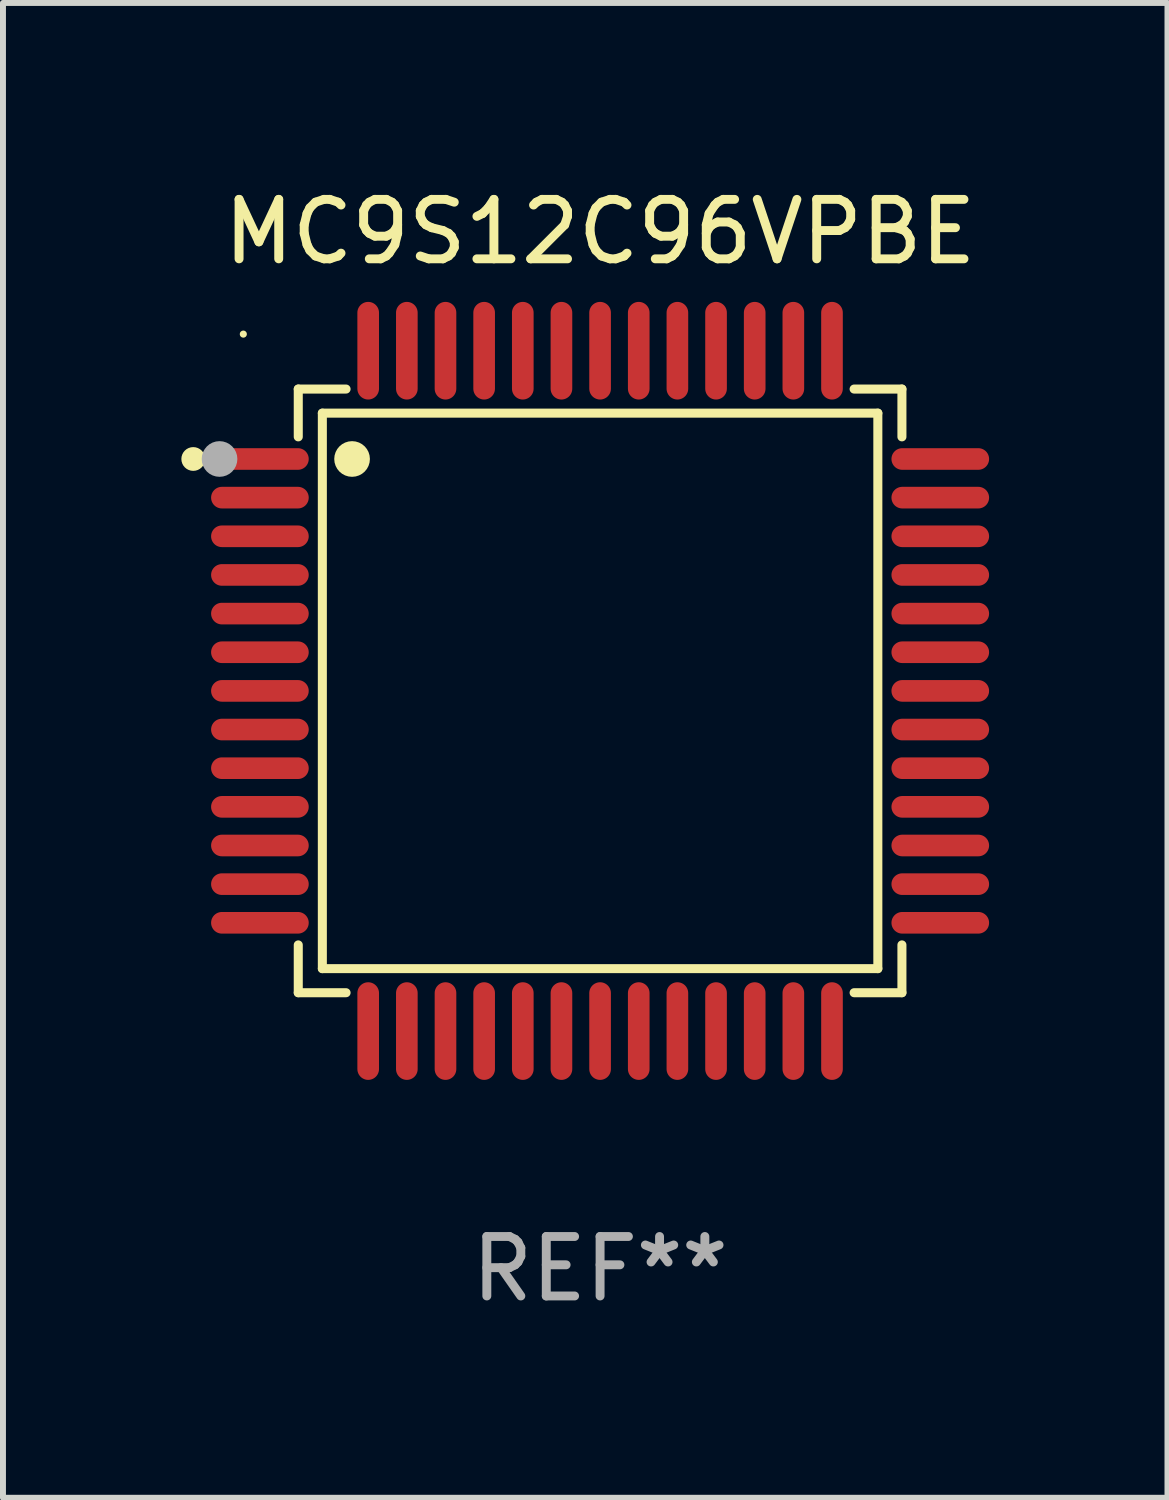
<source format=kicad_pcb>
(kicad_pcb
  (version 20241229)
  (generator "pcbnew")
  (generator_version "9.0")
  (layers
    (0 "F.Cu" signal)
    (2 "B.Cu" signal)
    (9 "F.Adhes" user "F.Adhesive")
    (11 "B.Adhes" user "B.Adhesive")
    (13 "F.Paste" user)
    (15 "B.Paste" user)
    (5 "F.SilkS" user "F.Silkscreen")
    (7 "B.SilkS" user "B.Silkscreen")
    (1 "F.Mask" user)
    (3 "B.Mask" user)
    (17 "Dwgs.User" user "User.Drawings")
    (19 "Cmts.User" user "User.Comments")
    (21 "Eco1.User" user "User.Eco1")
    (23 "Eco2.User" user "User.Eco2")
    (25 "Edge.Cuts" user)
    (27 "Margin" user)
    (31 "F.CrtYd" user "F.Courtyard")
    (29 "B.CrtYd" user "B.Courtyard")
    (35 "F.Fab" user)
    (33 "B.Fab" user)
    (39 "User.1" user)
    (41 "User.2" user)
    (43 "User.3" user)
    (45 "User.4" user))
  (footprint "MC9S12C96VPBE"
    (layer "F.Cu")
    (at 7.042 8.569)
    (property "Reference" "MC9S12C96VPBE" (at 0 -7.721 0) (layer "F.SilkS") (effects (font (size 1 1) (thickness 0.15))))
    (attr through_hole)
    (fp_line (start -5.076 -5.076) (end -5.076 -4.272) (stroke (width 0.152) (type solid)) (layer "F.SilkS"))
    (fp_line (start -5.076 5.076) (end -5.076 4.272) (stroke (width 0.152) (type solid)) (layer "F.SilkS"))
    (fp_line (start -4.671 -4.671) (end 4.671 -4.671) (stroke (width 0.152) (type solid)) (layer "F.SilkS"))
    (fp_line (start -4.671 4.671) (end -4.671 -4.671) (stroke (width 0.152) (type solid)) (layer "F.SilkS"))
    (fp_line (start -4.272 -5.076) (end -5.076 -5.076) (stroke (width 0.152) (type solid)) (layer "F.SilkS"))
    (fp_line (start -4.272 5.076) (end -5.076 5.076) (stroke (width 0.152) (type solid)) (layer "F.SilkS"))
    (fp_line (start 4.272 -5.076) (end 5.076 -5.076) (stroke (width 0.152) (type solid)) (layer "F.SilkS"))
    (fp_line (start 4.272 5.076) (end 5.076 5.076) (stroke (width 0.152) (type solid)) (layer "F.SilkS"))
    (fp_line (start 4.671 -4.671) (end 4.671 4.671) (stroke (width 0.152) (type solid)) (layer "F.SilkS"))
    (fp_line (start 4.671 4.671) (end -4.671 4.671) (stroke (width 0.152) (type solid)) (layer "F.SilkS"))
    (fp_line (start 5.076 -5.076) (end 5.076 -4.272) (stroke (width 0.152) (type solid)) (layer "F.SilkS"))
    (fp_line (start 5.076 5.076) (end 5.076 4.272) (stroke (width 0.152) (type solid)) (layer "F.SilkS"))
    (fp_circle (center -6.842 -3.9) (end -6.742 -3.9) (stroke (width 0.2) (type solid)) (fill no) (layer "F.SilkS"))
    (fp_circle (center -6 -6) (end -5.97 -6) (stroke (width 0.06) (type solid)) (fill no) (layer "F.SilkS"))
    (fp_circle (center -4.171 -3.9) (end -4.021 -3.9) (stroke (width 0.3) (type solid)) (fill no) (layer "F.SilkS"))
    (fp_circle (center -6.4 -3.9) (end -6.25 -3.9) (stroke (width 0.3) (type solid)) (fill no) (layer "F.Fab"))
    (fp_text user "REF**" (at 0 9.721 0) (layer "F.Fab") (effects (font (size 1 1) (thickness 0.15))))
    (pad "1" smd oval (at -5.721 -3.9 90) (size 0.364 1.642) (layers "F.Cu" "F.Mask" "F.Paste"))
    (pad "2" smd oval (at -5.721 -3.25 90) (size 0.364 1.642) (layers "F.Cu" "F.Mask" "F.Paste"))
    (pad "3" smd oval (at -5.721 -2.6 90) (size 0.364 1.642) (layers "F.Cu" "F.Mask" "F.Paste"))
    (pad "4" smd oval (at -5.721 -1.95 90) (size 0.364 1.642) (layers "F.Cu" "F.Mask" "F.Paste"))
    (pad "5" smd oval (at -5.721 -1.3 90) (size 0.364 1.642) (layers "F.Cu" "F.Mask" "F.Paste"))
    (pad "6" smd oval (at -5.721 -0.65 90) (size 0.364 1.642) (layers "F.Cu" "F.Mask" "F.Paste"))
    (pad "7" smd oval (at -5.721 0 90) (size 0.364 1.642) (layers "F.Cu" "F.Mask" "F.Paste"))
    (pad "8" smd oval (at -5.721 0.65 90) (size 0.364 1.642) (layers "F.Cu" "F.Mask" "F.Paste"))
    (pad "9" smd oval (at -5.721 1.3 90) (size 0.364 1.642) (layers "F.Cu" "F.Mask" "F.Paste"))
    (pad "10" smd oval (at -5.721 1.95 90) (size 0.364 1.642) (layers "F.Cu" "F.Mask" "F.Paste"))
    (pad "11" smd oval (at -5.721 2.6 90) (size 0.364 1.642) (layers "F.Cu" "F.Mask" "F.Paste"))
    (pad "12" smd oval (at -5.721 3.25 90) (size 0.364 1.642) (layers "F.Cu" "F.Mask" "F.Paste"))
    (pad "13" smd oval (at -5.721 3.9 90) (size 0.364 1.642) (layers "F.Cu" "F.Mask" "F.Paste"))
    (pad "14" smd oval (at -3.9 5.721 90) (size 1.642 0.364) (layers "F.Cu" "F.Mask" "F.Paste"))
    (pad "15" smd oval (at -3.25 5.721 90) (size 1.642 0.364) (layers "F.Cu" "F.Mask" "F.Paste"))
    (pad "16" smd oval (at -2.6 5.721 90) (size 1.642 0.364) (layers "F.Cu" "F.Mask" "F.Paste"))
    (pad "17" smd oval (at -1.95 5.721 90) (size 1.642 0.364) (layers "F.Cu" "F.Mask" "F.Paste"))
    (pad "18" smd oval (at -1.3 5.721 90) (size 1.642 0.364) (layers "F.Cu" "F.Mask" "F.Paste"))
    (pad "19" smd oval (at -0.65 5.721 90) (size 1.642 0.364) (layers "F.Cu" "F.Mask" "F.Paste"))
    (pad "20" smd oval (at 0 5.721 90) (size 1.642 0.364) (layers "F.Cu" "F.Mask" "F.Paste"))
    (pad "21" smd oval (at 0.65 5.721 90) (size 1.642 0.364) (layers "F.Cu" "F.Mask" "F.Paste"))
    (pad "22" smd oval (at 1.3 5.721 90) (size 1.642 0.364) (layers "F.Cu" "F.Mask" "F.Paste"))
    (pad "23" smd oval (at 1.95 5.721 90) (size 1.642 0.364) (layers "F.Cu" "F.Mask" "F.Paste"))
    (pad "24" smd oval (at 2.6 5.721 90) (size 1.642 0.364) (layers "F.Cu" "F.Mask" "F.Paste"))
    (pad "25" smd oval (at 3.25 5.721 90) (size 1.642 0.364) (layers "F.Cu" "F.Mask" "F.Paste"))
    (pad "26" smd oval (at 3.9 5.721 90) (size 1.642 0.364) (layers "F.Cu" "F.Mask" "F.Paste"))
    (pad "27" smd oval (at 5.721 3.9 90) (size 0.364 1.642) (layers "F.Cu" "F.Mask" "F.Paste"))
    (pad "28" smd oval (at 5.721 3.25 90) (size 0.364 1.642) (layers "F.Cu" "F.Mask" "F.Paste"))
    (pad "29" smd oval (at 5.721 2.6 90) (size 0.364 1.642) (layers "F.Cu" "F.Mask" "F.Paste"))
    (pad "30" smd oval (at 5.721 1.95 90) (size 0.364 1.642) (layers "F.Cu" "F.Mask" "F.Paste"))
    (pad "31" smd oval (at 5.721 1.3 90) (size 0.364 1.642) (layers "F.Cu" "F.Mask" "F.Paste"))
    (pad "32" smd oval (at 5.721 0.65 90) (size 0.364 1.642) (layers "F.Cu" "F.Mask" "F.Paste"))
    (pad "33" smd oval (at 5.721 0 90) (size 0.364 1.642) (layers "F.Cu" "F.Mask" "F.Paste"))
    (pad "34" smd oval (at 5.721 -0.65 90) (size 0.364 1.642) (layers "F.Cu" "F.Mask" "F.Paste"))
    (pad "35" smd oval (at 5.721 -1.3 90) (size 0.364 1.642) (layers "F.Cu" "F.Mask" "F.Paste"))
    (pad "36" smd oval (at 5.721 -1.95 90) (size 0.364 1.642) (layers "F.Cu" "F.Mask" "F.Paste"))
    (pad "37" smd oval (at 5.721 -2.6 90) (size 0.364 1.642) (layers "F.Cu" "F.Mask" "F.Paste"))
    (pad "38" smd oval (at 5.721 -3.25 90) (size 0.364 1.642) (layers "F.Cu" "F.Mask" "F.Paste"))
    (pad "39" smd oval (at 5.721 -3.9 90) (size 0.364 1.642) (layers "F.Cu" "F.Mask" "F.Paste"))
    (pad "40" smd oval (at 3.9 -5.721 90) (size 1.642 0.364) (layers "F.Cu" "F.Mask" "F.Paste"))
    (pad "41" smd oval (at 3.25 -5.721 90) (size 1.642 0.364) (layers "F.Cu" "F.Mask" "F.Paste"))
    (pad "42" smd oval (at 2.6 -5.721 90) (size 1.642 0.364) (layers "F.Cu" "F.Mask" "F.Paste"))
    (pad "43" smd oval (at 1.95 -5.721 90) (size 1.642 0.364) (layers "F.Cu" "F.Mask" "F.Paste"))
    (pad "44" smd oval (at 1.3 -5.721 90) (size 1.642 0.364) (layers "F.Cu" "F.Mask" "F.Paste"))
    (pad "45" smd oval (at 0.65 -5.721 90) (size 1.642 0.364) (layers "F.Cu" "F.Mask" "F.Paste"))
    (pad "46" smd oval (at 0 -5.721 90) (size 1.642 0.364) (layers "F.Cu" "F.Mask" "F.Paste"))
    (pad "47" smd oval (at -0.65 -5.721 90) (size 1.642 0.364) (layers "F.Cu" "F.Mask" "F.Paste"))
    (pad "48" smd oval (at -1.3 -5.721 90) (size 1.642 0.364) (layers "F.Cu" "F.Mask" "F.Paste"))
    (pad "49" smd oval (at -1.95 -5.721 90) (size 1.642 0.364) (layers "F.Cu" "F.Mask" "F.Paste"))
    (pad "50" smd oval (at -2.6 -5.721 90) (size 1.642 0.364) (layers "F.Cu" "F.Mask" "F.Paste"))
    (pad "51" smd oval (at -3.25 -5.721 90) (size 1.642 0.364) (layers "F.Cu" "F.Mask" "F.Paste"))
    (pad "52" smd oval (at -3.9 -5.721 90) (size 1.642 0.364) (layers "F.Cu" "F.Mask" "F.Paste")))
  (gr_rect
    (start -3 -3)
    (end 16.584 22.139)
    (stroke (width 0.1) (type default))
    (fill no)
    (layer "Edge.Cuts")))
</source>
